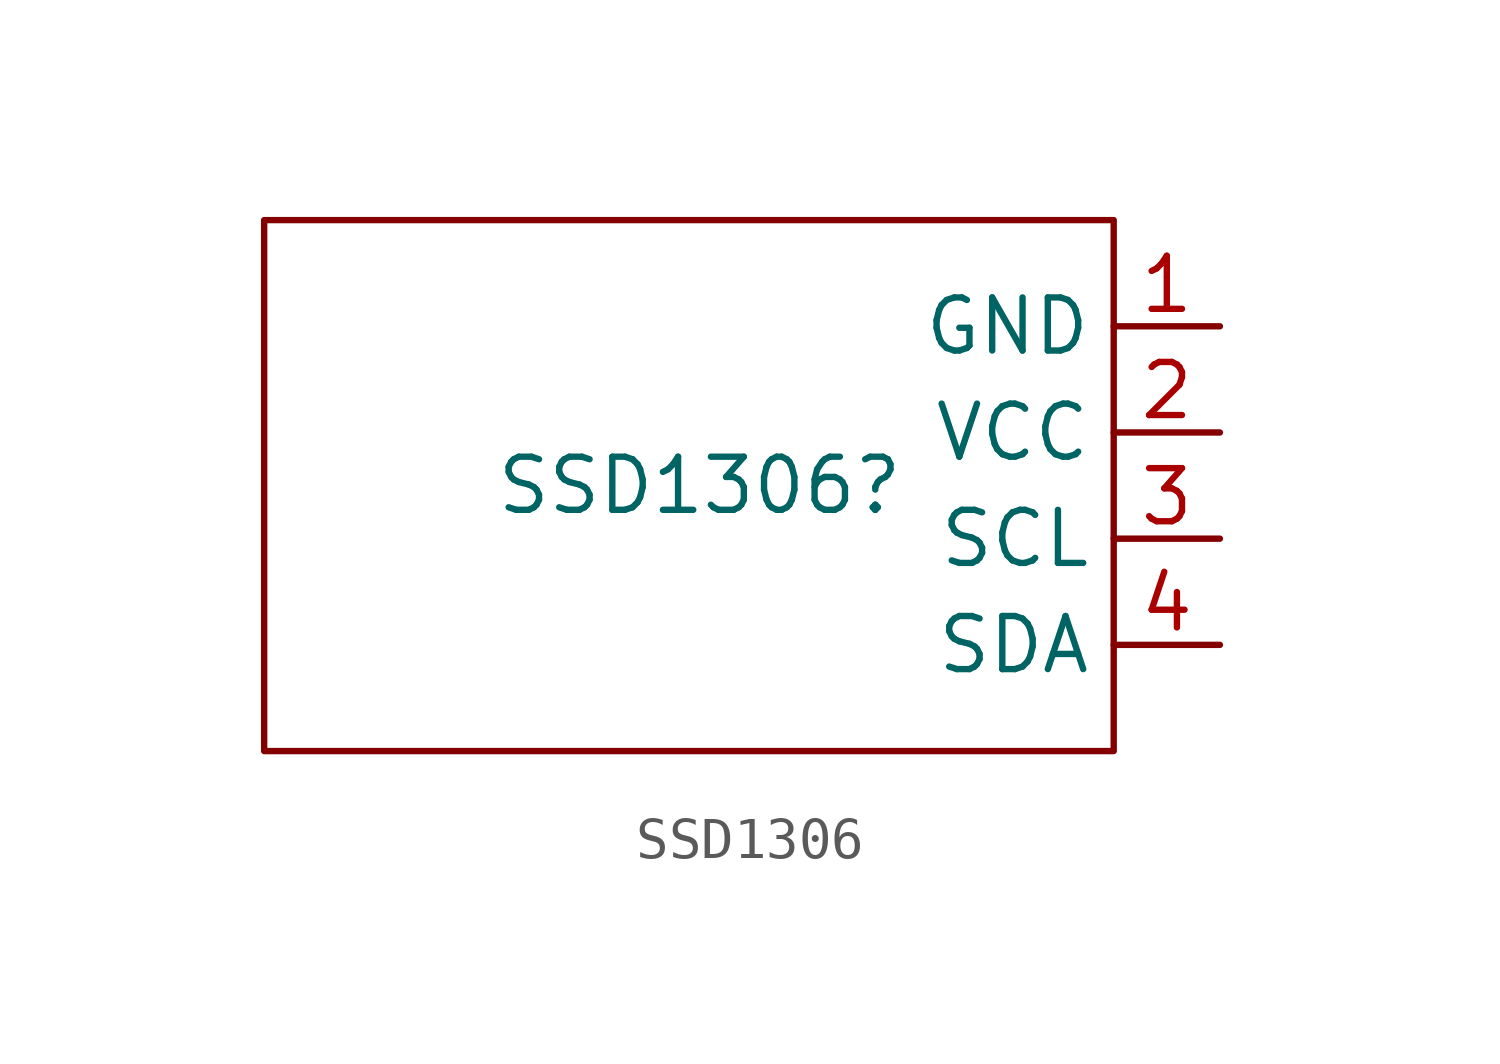
<source format=kicad_sym>
(kicad_symbol_lib
  (version 20241209)
  (generator "kicad_symbol_editor")
  (generator_version "9.0")
  (symbol "SSD1306"
    (property "Reference" "SSD1306"
      (at -1.016 0 0)
      (effects (font (size 1.27 1.27))))
    (property "Value" ""
      (at 0 0 0)
      (effects (font (size 1.27 1.27))))
    (symbol "SSD1306_0_1"
      (rectangle (start -11.43 6.35) (end 8.89 -6.35) (stroke (width 0) (type default)) (fill (type none))))
    (symbol "SSD1306_1_1"
      (pin power_in line (at 11.43 3.81 180) (length 2.54) (name "GND" (effects (font (size 1.27 1.27)))) (number "1" (effects (font (size 1.27 1.27)))))
      (pin power_in line (at 11.43 1.27 180) (length 2.54) (name "VCC" (effects (font (size 1.27 1.27)))) (number "2" (effects (font (size 1.27 1.27)))))
      (pin bidirectional line (at 11.43 -1.27 180) (length 2.54) (name "SCL" (effects (font (size 1.27 1.27)))) (number "3" (effects (font (size 1.27 1.27)))))
      (pin bidirectional line (at 11.43 -3.81 180) (length 2.54) (name "SDA" (effects (font (size 1.27 1.27)))) (number "4" (effects (font (size 1.27 1.27))))))))
</source>
